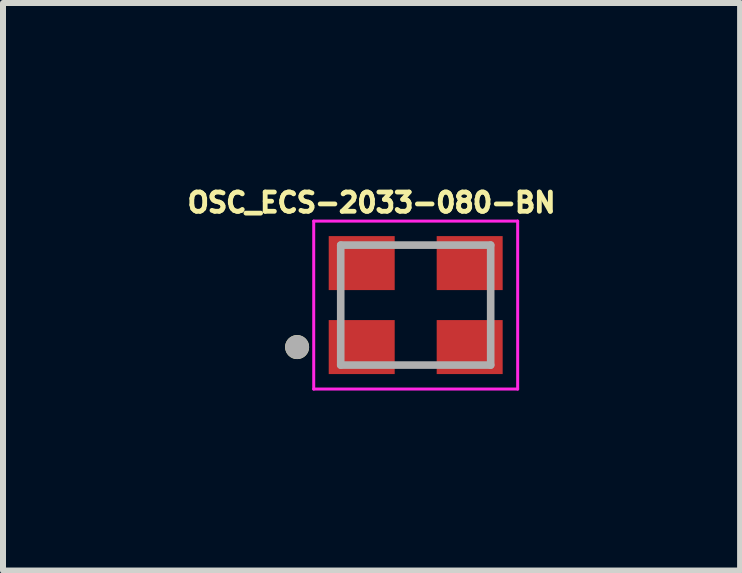
<source format=kicad_pcb>
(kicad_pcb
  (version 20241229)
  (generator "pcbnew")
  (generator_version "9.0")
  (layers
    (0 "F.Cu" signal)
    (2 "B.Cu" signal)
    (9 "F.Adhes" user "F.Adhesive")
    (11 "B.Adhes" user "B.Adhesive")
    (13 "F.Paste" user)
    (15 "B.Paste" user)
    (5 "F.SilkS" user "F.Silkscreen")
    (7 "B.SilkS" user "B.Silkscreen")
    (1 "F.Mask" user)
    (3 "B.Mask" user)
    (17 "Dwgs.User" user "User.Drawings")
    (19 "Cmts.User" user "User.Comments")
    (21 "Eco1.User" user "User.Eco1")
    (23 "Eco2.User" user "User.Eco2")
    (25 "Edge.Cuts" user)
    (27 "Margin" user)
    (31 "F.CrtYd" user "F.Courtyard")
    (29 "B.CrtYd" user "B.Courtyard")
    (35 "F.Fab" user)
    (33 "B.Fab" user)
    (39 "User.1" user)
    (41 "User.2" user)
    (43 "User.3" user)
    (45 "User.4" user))
  (footprint "OSC_ECS-2033-080-BN"
    (layer "F.Cu")
    (at 3.88 2.036)
    (property "Reference" "OSC_ECS-2033-080-BN" (at -0.736 -1.708 0) (layer "F.SilkS") (effects (font (size 0.321 0.321) (thickness 0.15))))
    (attr smd)
    (fp_circle (center -1.977 0.7) (end -1.877 0.7) (stroke (width 0.2) (type solid)) (fill no) (layer "F.SilkS"))
    (fp_line (start -1.7 -1.4) (end 1.7 -1.4) (stroke (width 0.05) (type solid)) (layer "F.CrtYd"))
    (fp_line (start -1.7 1.4) (end -1.7 -1.4) (stroke (width 0.05) (type solid)) (layer "F.CrtYd"))
    (fp_line (start 1.7 -1.4) (end 1.7 1.4) (stroke (width 0.05) (type solid)) (layer "F.CrtYd"))
    (fp_line (start 1.7 1.4) (end -1.7 1.4) (stroke (width 0.05) (type solid)) (layer "F.CrtYd"))
    (fp_line (start -1.25 -1) (end 1.25 -1) (stroke (width 0.127) (type solid)) (layer "F.Fab"))
    (fp_line (start -1.25 1) (end -1.25 -1) (stroke (width 0.127) (type solid)) (layer "F.Fab"))
    (fp_line (start 1.25 -1) (end 1.25 1) (stroke (width 0.127) (type solid)) (layer "F.Fab"))
    (fp_line (start 1.25 1) (end -1.25 1) (stroke (width 0.127) (type solid)) (layer "F.Fab"))
    (fp_circle (center -1.977 0.7) (end -1.877 0.7) (stroke (width 0.2) (type solid)) (fill no) (layer "F.Fab"))
    (pad "1" smd rect (at -0.9 0.7) (size 1.1 0.9) (layers "F.Cu" "F.Mask" "F.Paste"))
    (pad "2" smd rect (at 0.9 0.7) (size 1.1 0.9) (layers "F.Cu" "F.Mask" "F.Paste"))
    (pad "3" smd rect (at 0.9 -0.7) (size 1.1 0.9) (layers "F.Cu" "F.Mask" "F.Paste"))
    (pad "4" smd rect (at -0.9 -0.7) (size 1.1 0.9) (layers "F.Cu" "F.Mask" "F.Paste")))
  (gr_rect
    (start -3 -3)
    (end 9.288 6.461)
    (stroke (width 0.1) (type default))
    (fill no)
    (layer "Edge.Cuts")))
</source>
